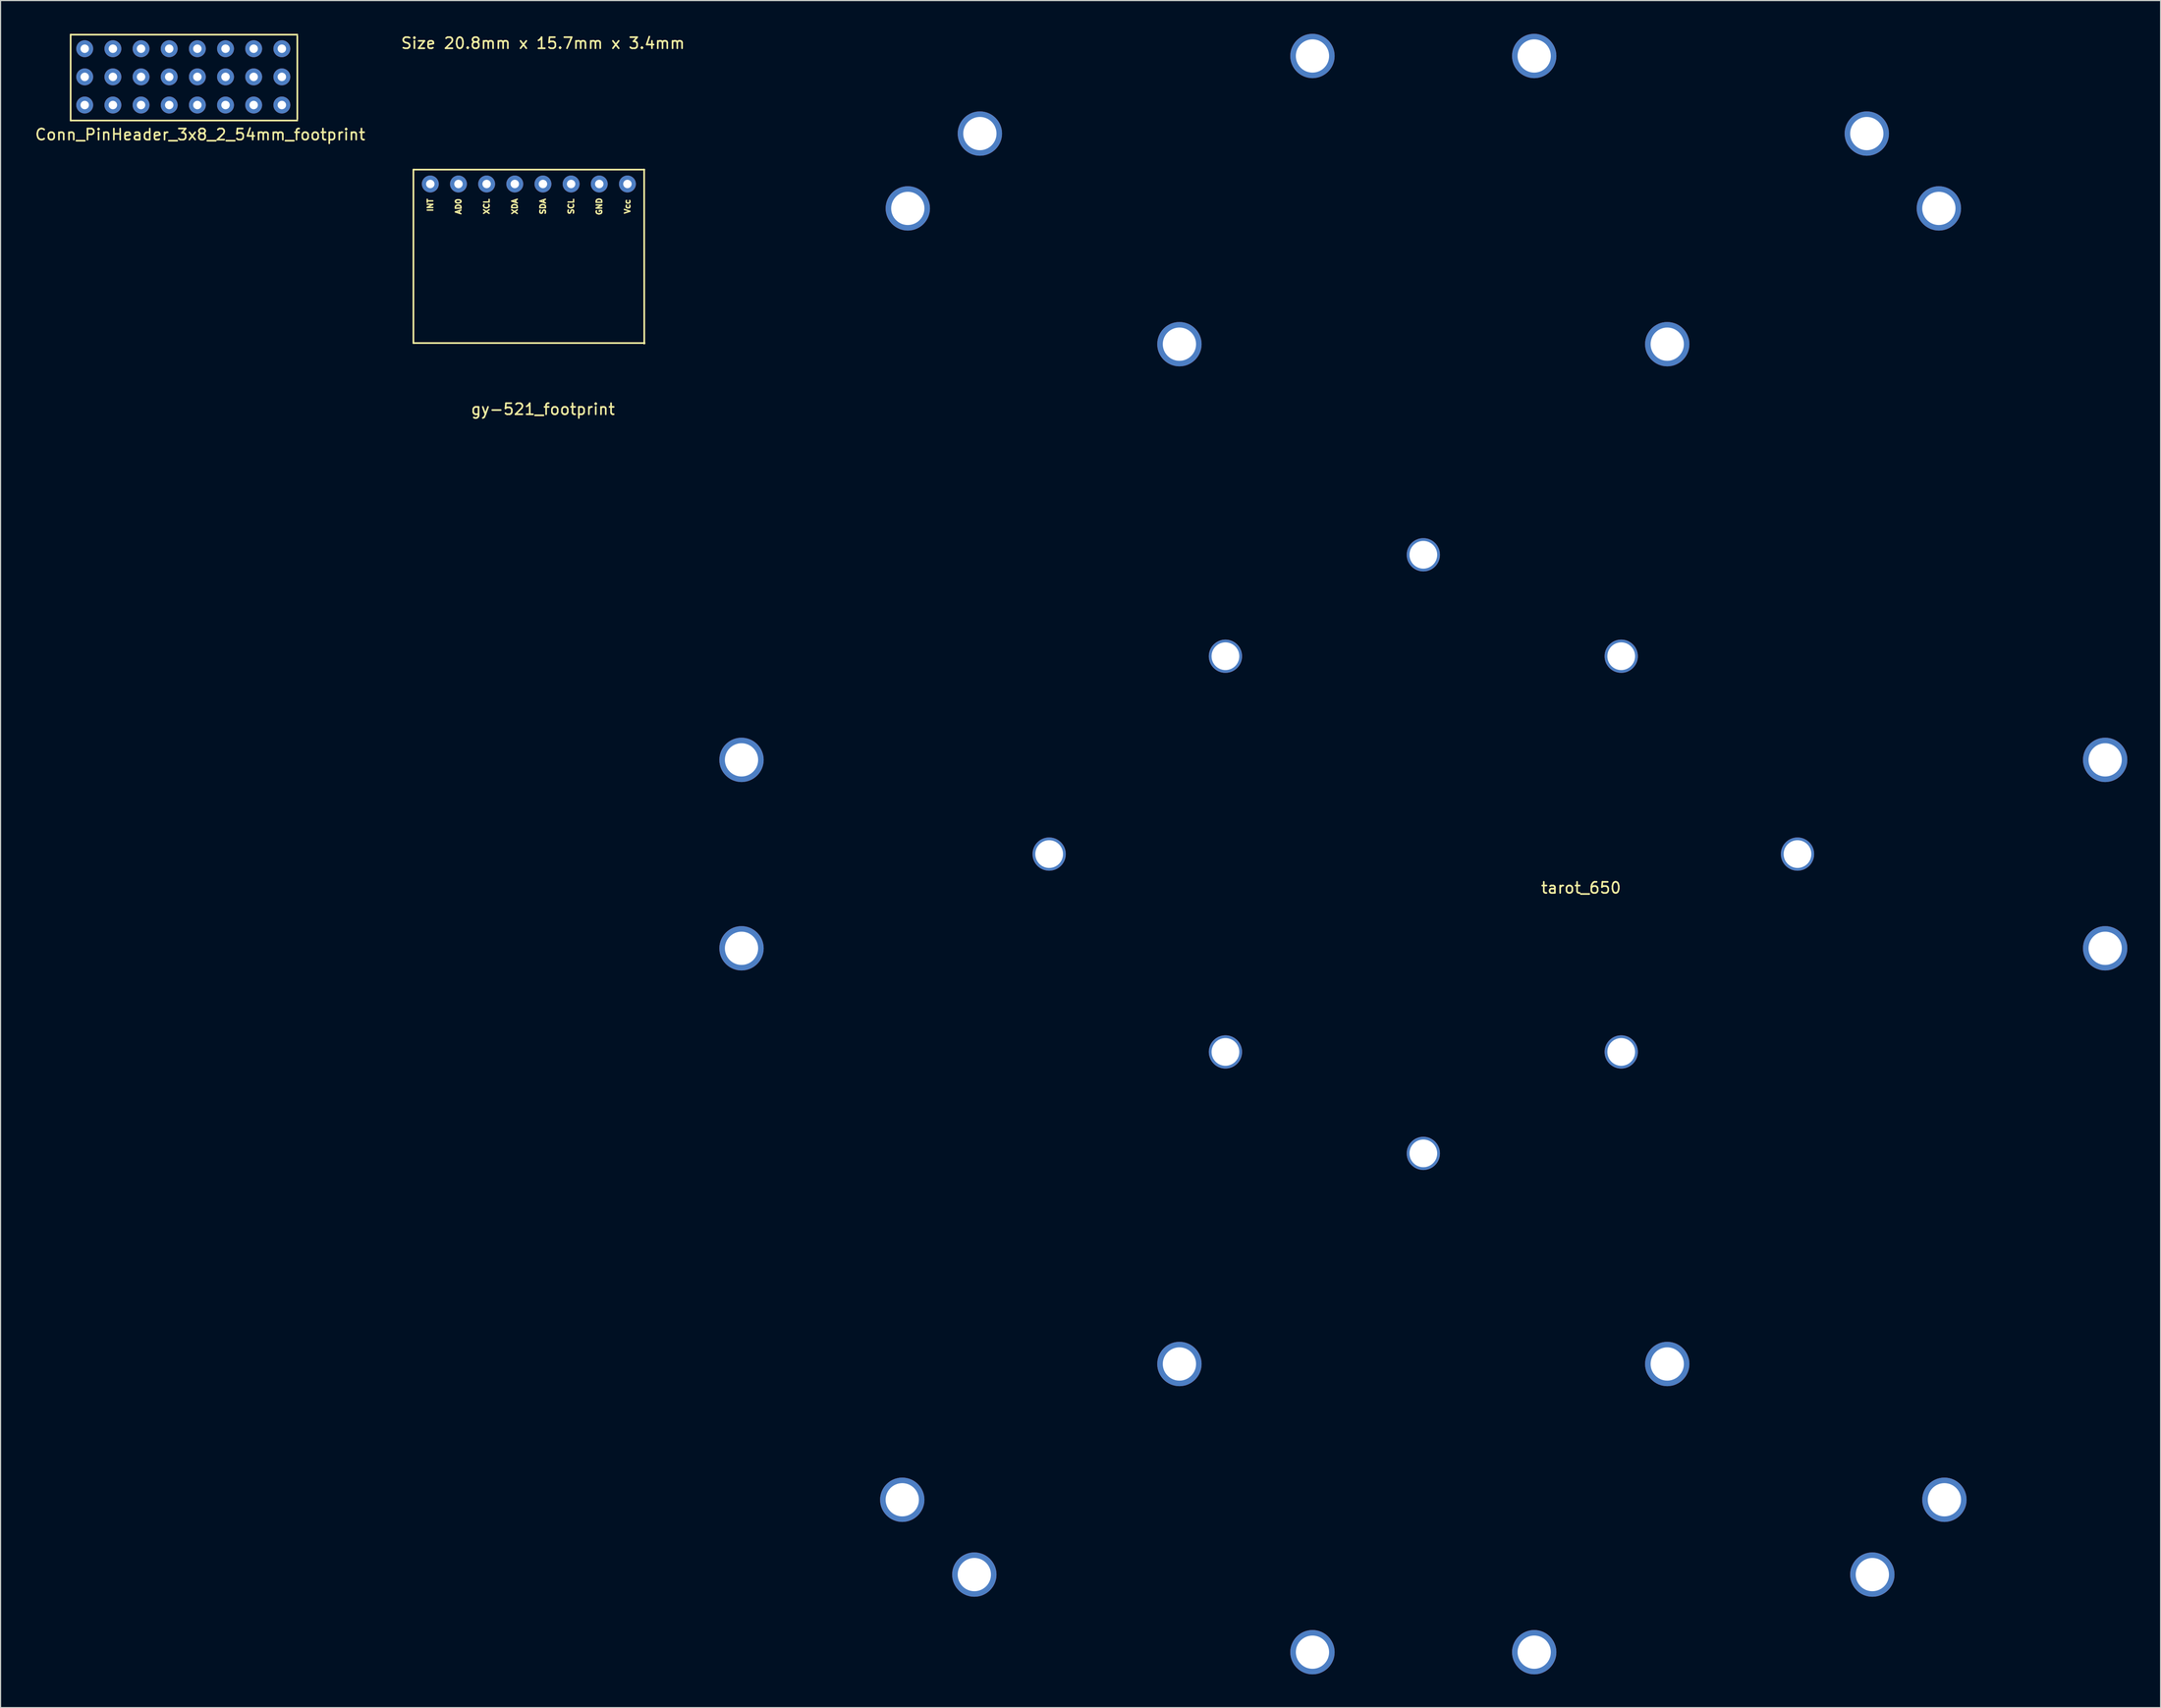
<source format=kicad_pcb>
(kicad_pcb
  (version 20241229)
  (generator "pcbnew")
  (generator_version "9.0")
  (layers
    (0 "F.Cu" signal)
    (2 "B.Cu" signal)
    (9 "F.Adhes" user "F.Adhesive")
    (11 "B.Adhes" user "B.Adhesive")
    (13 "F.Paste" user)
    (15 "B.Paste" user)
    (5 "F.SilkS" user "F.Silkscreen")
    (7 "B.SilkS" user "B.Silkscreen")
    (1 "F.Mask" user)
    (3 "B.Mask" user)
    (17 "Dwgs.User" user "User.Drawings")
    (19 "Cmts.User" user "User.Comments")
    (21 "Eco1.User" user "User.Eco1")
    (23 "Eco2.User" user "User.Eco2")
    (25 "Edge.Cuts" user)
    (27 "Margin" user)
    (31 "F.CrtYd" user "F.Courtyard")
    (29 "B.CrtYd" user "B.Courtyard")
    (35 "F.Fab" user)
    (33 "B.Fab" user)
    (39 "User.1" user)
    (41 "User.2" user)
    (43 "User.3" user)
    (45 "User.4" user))
  (footprint "gy-521_footprint"
    (layer "F.Cu")
    (at 45.923 18.628)
    (property "Reference" "gy-521_footprint" (at 0 15.24 0) (layer "F.SilkS") (effects (font (size 1 1) (thickness 0.15))))
    (attr through_hole)
    (fp_line (start -11.684 -6.375) (end 9.149 -6.375) (stroke (width 0.15) (type solid)) (layer "F.SilkS"))
    (fp_line (start -11.684 9.271) (end -11.684 -6.375) (stroke (width 0.15) (type solid)) (layer "F.SilkS"))
    (fp_line (start 9.129 -6.375) (end 9.139 9.322) (stroke (width 0.15) (type solid)) (layer "F.SilkS"))
    (fp_line (start 9.169 9.271) (end -11.684 9.271) (stroke (width 0.15) (type solid)) (layer "F.SilkS"))
    (fp_text user "INT" (at -10.16 -3.175 90) (layer "F.SilkS") (effects (font (size 0.5 0.5) (thickness 0.125))))
    (fp_text user "SDA" (at 0 -3.048 90) (layer "F.SilkS") (effects (font (size 0.5 0.5) (thickness 0.125))))
    (fp_text user "GND" (at 5.08 -3.048 90) (layer "F.SilkS") (effects (font (size 0.5 0.5) (thickness 0.125))))
    (fp_text user "SCL" (at 2.54 -3.048 90) (layer "F.SilkS") (effects (font (size 0.5 0.5) (thickness 0.125))))
    (fp_text user "AD0" (at -7.62 -3.048 90) (layer "F.SilkS") (effects (font (size 0.5 0.5) (thickness 0.125))))
    (fp_text user "Vcc" (at 7.62 -3.048 90) (layer "F.SilkS") (effects (font (size 0.5 0.5) (thickness 0.125))))
    (fp_text user "Size 20.8mm x 15.7mm x 3.4mm" (at 0 -17.78 0) (layer "F.SilkS") (effects (font (size 1 1) (thickness 0.15))))
    (fp_text user "XDA" (at -2.54 -3.048 90) (layer "F.SilkS") (effects (font (size 0.5 0.5) (thickness 0.125))))
    (fp_text user "XCL" (at -5.08 -3.048 90) (layer "F.SilkS") (effects (font (size 0.5 0.5) (thickness 0.125))))
    (pad "1" thru_hole circle (at 7.62 -5.08) (size 1.524 1.524) (drill 0.762) (layers "*.Cu" "*.Mask"))
    (pad "2" thru_hole circle (at 5.08 -5.08) (size 1.524 1.524) (drill 0.762) (layers "*.Cu" "*.Mask"))
    (pad "3" thru_hole circle (at 2.54 -5.08) (size 1.524 1.524) (drill 0.762) (layers "*.Cu" "*.Mask"))
    (pad "4" thru_hole circle (at 0 -5.08) (size 1.524 1.524) (drill 0.762) (layers "*.Cu" "*.Mask"))
    (pad "5" thru_hole circle (at -2.54 -5.08) (size 1.524 1.524) (drill 0.762) (layers "*.Cu" "*.Mask"))
    (pad "6" thru_hole circle (at -5.08 -5.08) (size 1.524 1.524) (drill 0.762) (layers "*.Cu" "*.Mask"))
    (pad "7" thru_hole circle (at -7.62 -5.08) (size 1.524 1.524) (drill 0.762) (layers "*.Cu" "*.Mask"))
    (pad "8" thru_hole circle (at -10.16 -5.08) (size 1.524 1.524) (drill 0.762) (layers "*.Cu" "*.Mask")))
  (footprint "tarot_650"
    (layer "F.Cu")
    (at 125.333 74)
    (property "Reference" "tarot_650" (at 14.224 3.048 0) (layer "F.SilkS") (effects (font (size 1 1) (thickness 0.15))))
    (attr through_hole)
    (pad "1" thru_hole circle (at -10 -72) (size 4 4) (drill 3) (layers "*.Cu" "*.Mask"))
    (pad "2" thru_hole circle (at 10 -72) (size 4 4) (drill 3) (layers "*.Cu" "*.Mask"))
    (pad "3" thru_hole circle (at -10 72) (size 4 4) (drill 3) (layers "*.Cu" "*.Mask"))
    (pad "4" thru_hole circle (at 10 72) (size 4 4) (drill 3) (layers "*.Cu" "*.Mask"))
    (pad "5" thru_hole circle (at -22 -46) (size 4 4) (drill 3) (layers "*.Cu" "*.Mask"))
    (pad "6" thru_hole circle (at 22 -46) (size 4 4) (drill 3) (layers "*.Cu" "*.Mask"))
    (pad "7" thru_hole circle (at -22 46) (size 4 4) (drill 3) (layers "*.Cu" "*.Mask"))
    (pad "8" thru_hole circle (at 22 46) (size 4 4) (drill 3) (layers "*.Cu" "*.Mask"))
    (pad "9" thru_hole circle (at -40 -65) (size 4 4) (drill 3) (layers "*.Cu" "*.Mask"))
    (pad "10" thru_hole circle (at 40 -65) (size 4 4) (drill 3) (layers "*.Cu" "*.Mask"))
    (pad "11" thru_hole circle (at -40.5 65) (size 4 4) (drill 3) (layers "*.Cu" "*.Mask"))
    (pad "12" thru_hole circle (at 40.5 65) (size 4 4) (drill 3) (layers "*.Cu" "*.Mask"))
    (pad "13" thru_hole circle (at -46.5 -58.25) (size 4 4) (drill 3) (layers "*.Cu" "*.Mask"))
    (pad "14" thru_hole circle (at 46.5 -58.25) (size 4 4) (drill 3) (layers "*.Cu" "*.Mask"))
    (pad "14" thru_hole circle (at 47 58.25) (size 4 4) (drill 3) (layers "*.Cu" "*.Mask"))
    (pad "15" thru_hole circle (at -47 58.25) (size 4 4) (drill 3) (layers "*.Cu" "*.Mask"))
    (pad "16" thru_hole circle (at -61.5 -8.5) (size 4 4) (drill 3) (layers "*.Cu" "*.Mask"))
    (pad "17" thru_hole circle (at 61.5 -8.5) (size 4 4) (drill 3) (layers "*.Cu" "*.Mask"))
    (pad "18" thru_hole circle (at -61.5 8.5) (size 4 4) (drill 3) (layers "*.Cu" "*.Mask"))
    (pad "19" thru_hole circle (at -33.75 0) (size 3 3) (drill 2.5) (layers "*.Cu" "*.Mask"))
    (pad "19" thru_hole circle (at 61.5 8.5) (size 4 4) (drill 3) (layers "*.Cu" "*.Mask"))
    (pad "20" thru_hole circle (at 33.75 0) (size 3 3) (drill 2.5) (layers "*.Cu" "*.Mask"))
    (pad "21" thru_hole circle (at 0 -27) (size 3 3) (drill 2.5) (layers "*.Cu" "*.Mask"))
    (pad "22" thru_hole circle (at 0 27) (size 3 3) (drill 2.5) (layers "*.Cu" "*.Mask"))
    (pad "23" thru_hole circle (at -17.85 -17.85) (size 3 3) (drill 2.5) (layers "*.Cu" "*.Mask"))
    (pad "24" thru_hole circle (at 17.85 -17.85) (size 3 3) (drill 2.5) (layers "*.Cu" "*.Mask"))
    (pad "25" thru_hole circle (at -17.85 17.85) (size 3 3) (drill 2.5) (layers "*.Cu" "*.Mask"))
    (pad "26" thru_hole circle (at 17.85 17.85) (size 3 3) (drill 2.5) (layers "*.Cu" "*.Mask")))
  (footprint "Conn_PinHeader_3x8_2_54mm_footprint"
    (layer "F.Cu")
    (at 14.752 3.885)
    (property "Reference" "Conn_PinHeader_3x8_2_54mm_footprint" (at 0.254 5.207 0) (layer "F.SilkS") (effects (font (size 1 1) (thickness 0.15))))
    (attr through_hole)
    (fp_line (start -11.43 -3.81) (end 9.017 -3.81) (stroke (width 0.15) (type solid)) (layer "F.SilkS"))
    (fp_line (start -11.43 3.937) (end -11.43 -3.81) (stroke (width 0.15) (type solid)) (layer "F.SilkS"))
    (fp_line (start 9.017 -3.683) (end 9.017 3.81) (stroke (width 0.15) (type solid)) (layer "F.SilkS"))
    (fp_line (start 9.017 3.937) (end -11.43 3.937) (stroke (width 0.15) (type solid)) (layer "F.SilkS"))
    (pad "1" thru_hole circle (at -10.16 -2.54) (size 1.524 1.524) (drill 0.762) (layers "*.Cu" "*.Mask"))
    (pad "2" thru_hole circle (at -10.16 0) (size 1.524 1.524) (drill 0.762) (layers "*.Cu" "*.Mask"))
    (pad "3" thru_hole circle (at -10.16 2.54) (size 1.524 1.524) (drill 0.762) (layers "*.Cu" "*.Mask"))
    (pad "4" thru_hole circle (at -7.62 -2.54) (size 1.524 1.524) (drill 0.762) (layers "*.Cu" "*.Mask"))
    (pad "5" thru_hole circle (at -7.62 0) (size 1.524 1.524) (drill 0.762) (layers "*.Cu" "*.Mask"))
    (pad "6" thru_hole circle (at -7.62 2.54) (size 1.524 1.524) (drill 0.762) (layers "*.Cu" "*.Mask"))
    (pad "7" thru_hole circle (at -5.08 -2.54) (size 1.524 1.524) (drill 0.762) (layers "*.Cu" "*.Mask"))
    (pad "8" thru_hole circle (at -5.08 0) (size 1.524 1.524) (drill 0.762) (layers "*.Cu" "*.Mask"))
    (pad "9" thru_hole circle (at -5.08 2.54) (size 1.524 1.524) (drill 0.762) (layers "*.Cu" "*.Mask"))
    (pad "10" thru_hole circle (at -2.54 -2.54) (size 1.524 1.524) (drill 0.762) (layers "*.Cu" "*.Mask"))
    (pad "11" thru_hole circle (at -2.54 0) (size 1.524 1.524) (drill 0.762) (layers "*.Cu" "*.Mask"))
    (pad "12" thru_hole circle (at -2.54 2.54) (size 1.524 1.524) (drill 0.762) (layers "*.Cu" "*.Mask"))
    (pad "13" thru_hole circle (at 0 -2.54) (size 1.524 1.524) (drill 0.762) (layers "*.Cu" "*.Mask"))
    (pad "14" thru_hole circle (at 0 0) (size 1.524 1.524) (drill 0.762) (layers "*.Cu" "*.Mask"))
    (pad "15" thru_hole circle (at 0 2.54) (size 1.524 1.524) (drill 0.762) (layers "*.Cu" "*.Mask"))
    (pad "16" thru_hole circle (at 2.54 -2.54) (size 1.524 1.524) (drill 0.762) (layers "*.Cu" "*.Mask"))
    (pad "17" thru_hole circle (at 2.54 0) (size 1.524 1.524) (drill 0.762) (layers "*.Cu" "*.Mask"))
    (pad "18" thru_hole circle (at 2.54 2.54) (size 1.524 1.524) (drill 0.762) (layers "*.Cu" "*.Mask"))
    (pad "19" thru_hole circle (at 5.08 -2.54) (size 1.524 1.524) (drill 0.762) (layers "*.Cu" "*.Mask"))
    (pad "20" thru_hole circle (at 5.08 0) (size 1.524 1.524) (drill 0.762) (layers "*.Cu" "*.Mask"))
    (pad "21" thru_hole circle (at 5.08 2.54) (size 1.524 1.524) (drill 0.762) (layers "*.Cu" "*.Mask"))
    (pad "22" thru_hole circle (at 7.62 -2.54) (size 1.524 1.524) (drill 0.762) (layers "*.Cu" "*.Mask"))
    (pad "23" thru_hole circle (at 7.62 0) (size 1.524 1.524) (drill 0.762) (layers "*.Cu" "*.Mask"))
    (pad "24" thru_hole circle (at 7.62 2.54) (size 1.524 1.524) (drill 0.762) (layers "*.Cu" "*.Mask")))
  (gr_rect
    (start -3 -3)
    (end 191.833 151)
    (stroke (width 0.1) (type default))
    (fill no)
    (layer "Edge.Cuts")))
</source>
